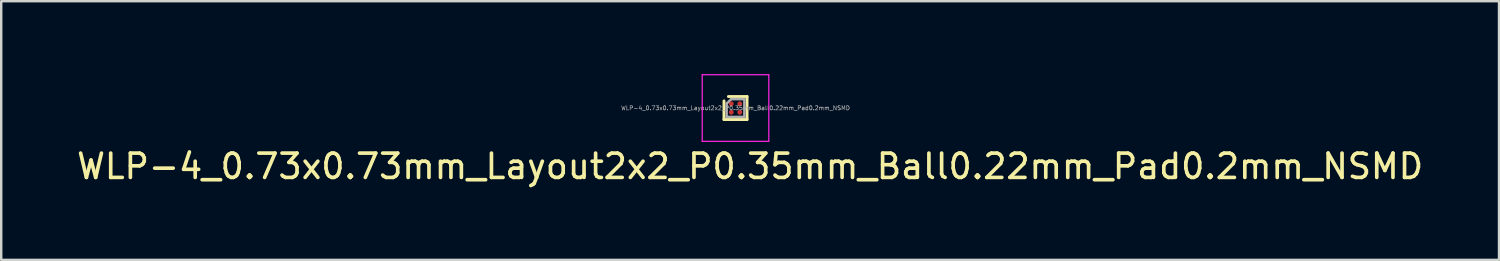
<source format=kicad_pcb>
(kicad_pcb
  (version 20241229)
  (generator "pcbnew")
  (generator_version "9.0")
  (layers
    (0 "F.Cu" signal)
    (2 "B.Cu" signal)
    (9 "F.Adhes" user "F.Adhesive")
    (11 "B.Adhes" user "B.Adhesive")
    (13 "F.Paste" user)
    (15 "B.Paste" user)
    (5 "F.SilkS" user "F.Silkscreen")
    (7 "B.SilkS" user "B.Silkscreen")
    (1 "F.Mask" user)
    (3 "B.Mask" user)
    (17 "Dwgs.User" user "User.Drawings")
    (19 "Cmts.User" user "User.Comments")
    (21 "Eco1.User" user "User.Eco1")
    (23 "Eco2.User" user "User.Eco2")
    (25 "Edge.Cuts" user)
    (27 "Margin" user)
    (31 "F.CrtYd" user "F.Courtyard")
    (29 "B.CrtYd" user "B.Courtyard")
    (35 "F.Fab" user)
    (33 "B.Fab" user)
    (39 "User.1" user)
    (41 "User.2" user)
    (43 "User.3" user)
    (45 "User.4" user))
  (footprint "WLP-4_0.73x0.73mm_Layout2x2_P0.35mm_Ball0.22mm_Pad0.2mm_NSMD"
    (layer "F.Cu")
    (at 27.215 1.395)
    (property "Reference" "WLP-4_0.73x0.73mm_Layout2x2_P0.35mm_Ball0.22mm_Pad0.2mm_NSMD" (at 0.6 2.4 0) (layer "F.SilkS") (effects (font (size 1 1) (thickness 0.15))))
    (attr smd)
    (fp_line (start -0.474 0.474) (end -0.474 -0.292) (stroke (width 0.12) (type solid)) (layer "F.SilkS"))
    (fp_line (start -0.292 -0.474) (end 0.474 -0.474) (stroke (width 0.12) (type solid)) (layer "F.SilkS"))
    (fp_line (start 0.474 -0.474) (end 0.474 0.474) (stroke (width 0.12) (type solid)) (layer "F.SilkS"))
    (fp_line (start 0.474 0.474) (end -0.474 0.474) (stroke (width 0.12) (type solid)) (layer "F.SilkS"))
    (fp_line (start -1.37 -1.37) (end -1.37 1.37) (stroke (width 0.05) (type solid)) (layer "F.CrtYd"))
    (fp_line (start -1.37 1.37) (end 1.37 1.37) (stroke (width 0.05) (type solid)) (layer "F.CrtYd"))
    (fp_line (start 1.37 -1.37) (end -1.37 -1.37) (stroke (width 0.05) (type solid)) (layer "F.CrtYd"))
    (fp_line (start 1.37 1.37) (end 1.37 -1.37) (stroke (width 0.05) (type solid)) (layer "F.CrtYd"))
    (fp_line (start -0.364 -0.182) (end -0.182 -0.364) (stroke (width 0.1) (type solid)) (layer "F.Fab"))
    (fp_line (start -0.364 0.364) (end -0.364 -0.182) (stroke (width 0.1) (type solid)) (layer "F.Fab"))
    (fp_line (start -0.182 -0.364) (end 0.364 -0.364) (stroke (width 0.1) (type solid)) (layer "F.Fab"))
    (fp_line (start 0.364 -0.364) (end 0.364 0.364) (stroke (width 0.1) (type solid)) (layer "F.Fab"))
    (fp_line (start 0.364 0.364) (end -0.364 0.364) (stroke (width 0.1) (type solid)) (layer "F.Fab"))
    (fp_text user "${REFERENCE}" (at 0 0 0) (layer "F.Fab") (effects (font (size 0.17 0.17) (thickness 0.025))))
    (pad "A1" smd circle (at -0.175 -0.175) (size 0.2 0.2) (layers "F.Cu" "F.Mask" "F.Paste"))
    (pad "A2" smd circle (at 0.175 -0.175) (size 0.2 0.2) (layers "F.Cu" "F.Mask" "F.Paste"))
    (pad "B1" smd circle (at -0.175 0.175) (size 0.2 0.2) (layers "F.Cu" "F.Mask" "F.Paste"))
    (pad "B2" smd circle (at 0.175 0.175) (size 0.2 0.2) (layers "F.Cu" "F.Mask" "F.Paste")))
  (gr_rect
    (start -3 -3)
    (end 58.631 7.643)
    (stroke (width 0.1) (type default))
    (fill no)
    (layer "Edge.Cuts")))
</source>
